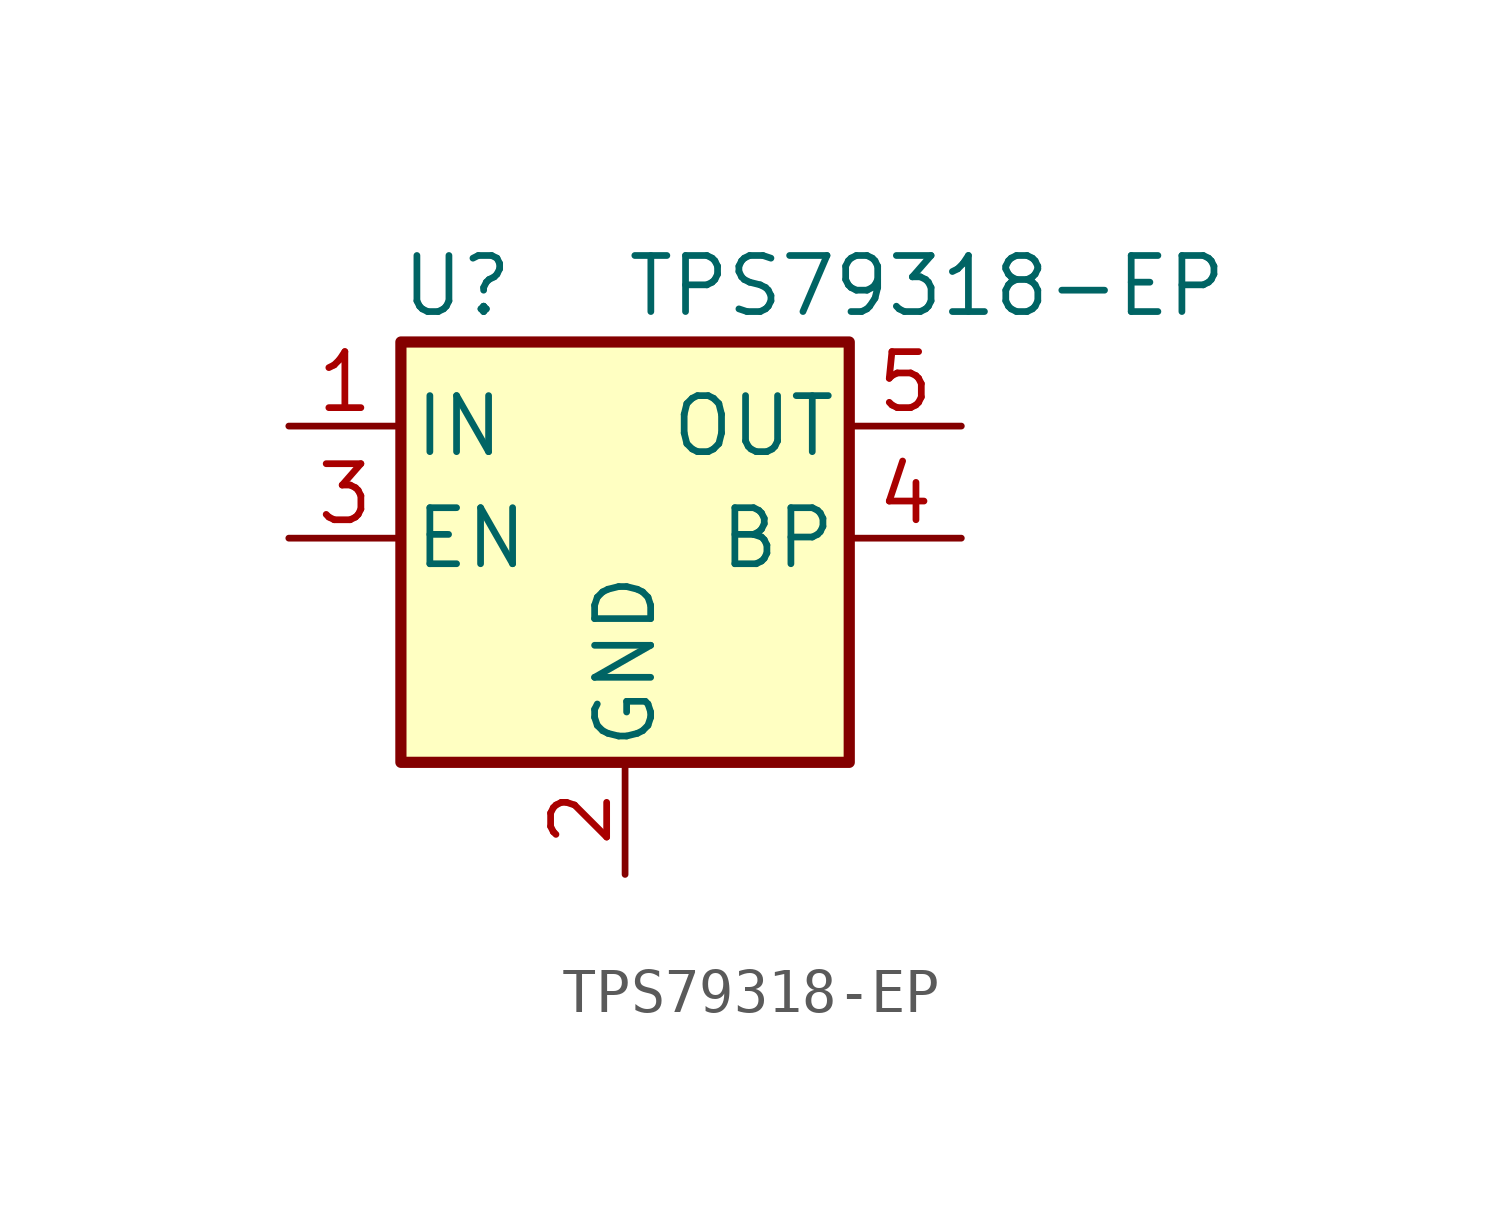
<source format=kicad_sym>
(kicad_symbol_lib
  (version 20201005)
  (generator kicad_symbol_editor)
  (symbol "TPS79318-EP"
    (pin_names
      (offset 0.254))
    (property "Reference" "U"
      (at -3.81 5.715 0)
      (effects (font (size 1.27 1.27))))
    (property "Value" "TPS79318-EP"
      (at 0 5.715 0)
      (effects (font (size 1.27 1.27)) (justify left)))
    (symbol "TPS79318-EP_1_1"
      (rectangle (start 5.08 -5.08) (end -5.08 4.445) (stroke (width 0.254)) (fill (type background)))
      (pin power_in line (at -7.62 2.54 0) (length 2.54) (name "IN" (effects (font (size 1.27 1.27)))) (number "1" (effects (font (size 1.27 1.27)))))
      (pin power_in line (at 0 -7.62 90) (length 2.54) (name "GND" (effects (font (size 1.27 1.27)))) (number "2" (effects (font (size 1.27 1.27)))))
      (pin input line (at -7.62 0 0) (length 2.54) (name "EN" (effects (font (size 1.27 1.27)))) (number "3" (effects (font (size 1.27 1.27)))))
      (pin bidirectional line (at 7.62 0 180) (length 2.54) (name "BP" (effects (font (size 1.27 1.27)))) (number "4" (effects (font (size 1.27 1.27)))))
      (pin power_out line (at 7.62 2.54 180) (length 2.54) (name "OUT" (effects (font (size 1.27 1.27)))) (number "5" (effects (font (size 1.27 1.27))))))))
</source>
